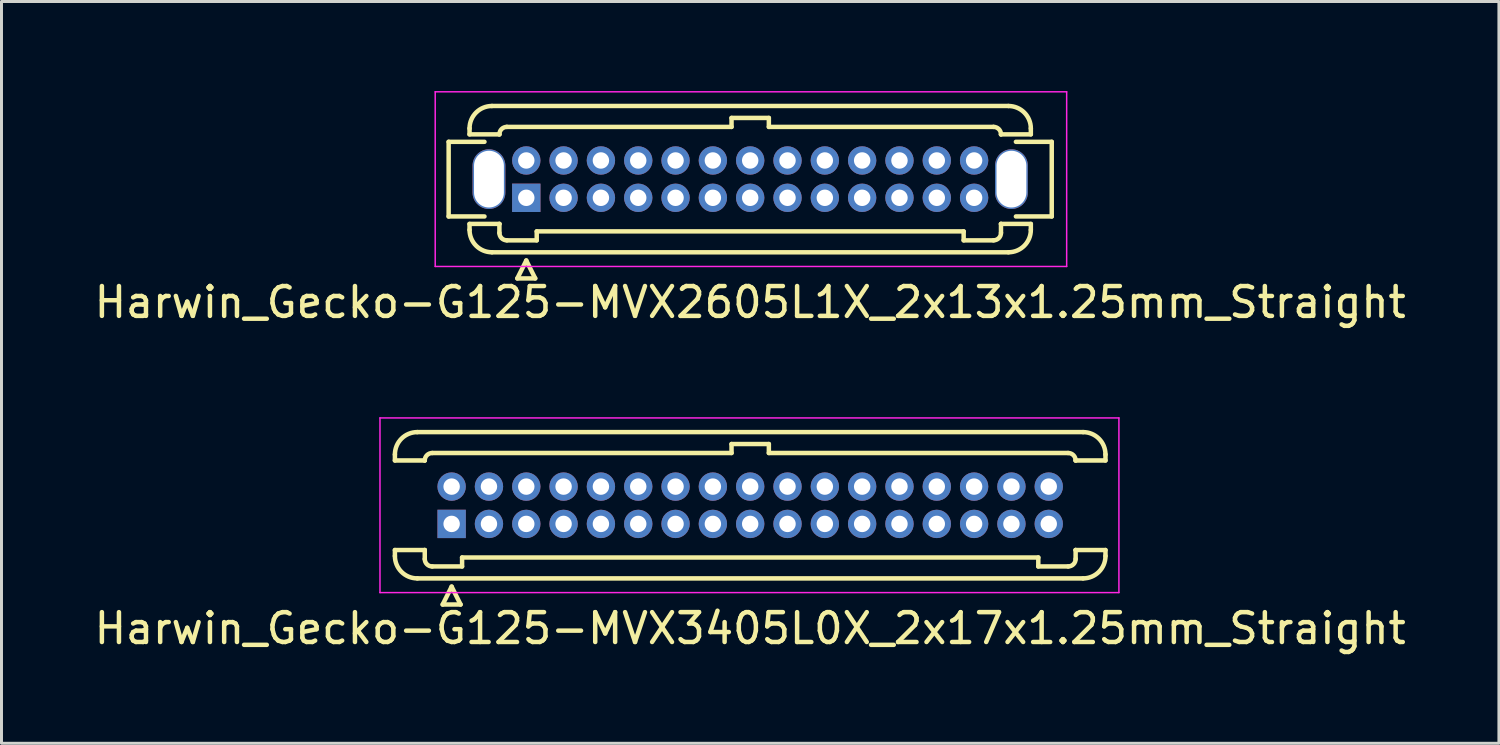
<source format=kicad_pcb>
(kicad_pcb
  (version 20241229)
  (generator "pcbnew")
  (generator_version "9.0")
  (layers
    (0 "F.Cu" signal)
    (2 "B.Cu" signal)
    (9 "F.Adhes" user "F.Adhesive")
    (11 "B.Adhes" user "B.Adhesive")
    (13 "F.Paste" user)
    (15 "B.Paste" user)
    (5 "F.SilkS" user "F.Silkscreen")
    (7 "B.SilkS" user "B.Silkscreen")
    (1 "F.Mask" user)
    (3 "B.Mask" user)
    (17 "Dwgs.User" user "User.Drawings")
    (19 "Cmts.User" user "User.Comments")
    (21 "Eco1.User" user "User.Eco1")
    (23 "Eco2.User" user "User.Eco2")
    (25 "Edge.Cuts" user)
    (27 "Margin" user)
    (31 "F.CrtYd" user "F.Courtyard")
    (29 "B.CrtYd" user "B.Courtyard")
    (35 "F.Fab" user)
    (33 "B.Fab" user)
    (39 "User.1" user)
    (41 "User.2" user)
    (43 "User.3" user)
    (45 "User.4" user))
  (footprint "Harwin_Gecko-G125-MVX2605L1X_2x13x1.25mm_Straight"
    (layer "F.Cu")
    (at 14.577 3.575)
    (property "Reference" "Harwin_Gecko-G125-MVX2605L1X_2x13x1.25mm_Straight" (at 7.5 3.5 0) (layer "F.SilkS") (effects (font (size 1 1) (thickness 0.15))))
    (attr through_hole)
    (fp_line (start -2.6 -1.875) (end -2.6 0.625) (stroke (width 0.15) (type solid)) (layer "F.SilkS"))
    (fp_line (start -2.6 0.625) (end -1.4 0.625) (stroke (width 0.15) (type solid)) (layer "F.SilkS"))
    (fp_line (start -1.9 -2.325) (end -1.9 -2.125) (stroke (width 0.15) (type solid)) (layer "F.SilkS"))
    (fp_line (start -1.9 -2.125) (end -0.9 -2.125) (stroke (width 0.15) (type solid)) (layer "F.SilkS"))
    (fp_line (start -1.9 0.875) (end -0.9 0.875) (stroke (width 0.15) (type solid)) (layer "F.SilkS"))
    (fp_line (start -1.9 1.075) (end -1.9 0.875) (stroke (width 0.15) (type solid)) (layer "F.SilkS"))
    (fp_line (start -1.4 -1.875) (end -2.6 -1.875) (stroke (width 0.15) (type solid)) (layer "F.SilkS"))
    (fp_line (start -1.15 -3.075) (end 16.15 -3.075) (stroke (width 0.15) (type solid)) (layer "F.SilkS"))
    (fp_line (start -1.15 1.825) (end 16.15 1.825) (stroke (width 0.15) (type solid)) (layer "F.SilkS"))
    (fp_line (start -0.9 -2.125) (end -0.9 -2.125) (stroke (width 0.15) (type solid)) (layer "F.SilkS"))
    (fp_line (start -0.9 0.875) (end -0.9 0.875) (stroke (width 0.15) (type solid)) (layer "F.SilkS"))
    (fp_line (start -0.9 1.175) (end -0.9 0.875) (stroke (width 0.15) (type solid)) (layer "F.SilkS"))
    (fp_line (start -0.65 -2.375) (end 6.875 -2.375) (stroke (width 0.15) (type solid)) (layer "F.SilkS"))
    (fp_line (start -0.65 1.425) (end 0.35 1.425) (stroke (width 0.15) (type solid)) (layer "F.SilkS"))
    (fp_line (start -0.3 2.7) (end 0.3 2.7) (stroke (width 0.15) (type solid)) (layer "F.SilkS"))
    (fp_line (start 0 2.1) (end -0.3 2.7) (stroke (width 0.15) (type solid)) (layer "F.SilkS"))
    (fp_line (start 0.3 2.7) (end 0 2.1) (stroke (width 0.15) (type solid)) (layer "F.SilkS"))
    (fp_line (start 0.35 1.125) (end 14.65 1.125) (stroke (width 0.15) (type solid)) (layer "F.SilkS"))
    (fp_line (start 0.35 1.425) (end 0.35 1.125) (stroke (width 0.15) (type solid)) (layer "F.SilkS"))
    (fp_line (start 6.875 -2.675) (end 8.125 -2.675) (stroke (width 0.15) (type solid)) (layer "F.SilkS"))
    (fp_line (start 6.875 -2.375) (end 6.875 -2.675) (stroke (width 0.15) (type solid)) (layer "F.SilkS"))
    (fp_line (start 8.125 -2.675) (end 8.125 -2.375) (stroke (width 0.15) (type solid)) (layer "F.SilkS"))
    (fp_line (start 8.125 -2.375) (end 15.65 -2.375) (stroke (width 0.15) (type solid)) (layer "F.SilkS"))
    (fp_line (start 14.65 1.125) (end 14.65 1.425) (stroke (width 0.15) (type solid)) (layer "F.SilkS"))
    (fp_line (start 14.65 1.425) (end 15.65 1.425) (stroke (width 0.15) (type solid)) (layer "F.SilkS"))
    (fp_line (start 15.9 -2.125) (end 15.9 -2.125) (stroke (width 0.15) (type solid)) (layer "F.SilkS"))
    (fp_line (start 15.9 0.875) (end 15.9 0.875) (stroke (width 0.15) (type solid)) (layer "F.SilkS"))
    (fp_line (start 15.9 1.175) (end 15.9 0.875) (stroke (width 0.15) (type solid)) (layer "F.SilkS"))
    (fp_line (start 16.4 -1.875) (end 17.6 -1.875) (stroke (width 0.15) (type solid)) (layer "F.SilkS"))
    (fp_line (start 16.9 -2.325) (end 16.9 -2.125) (stroke (width 0.15) (type solid)) (layer "F.SilkS"))
    (fp_line (start 16.9 -2.125) (end 15.9 -2.125) (stroke (width 0.15) (type solid)) (layer "F.SilkS"))
    (fp_line (start 16.9 0.875) (end 15.9 0.875) (stroke (width 0.15) (type solid)) (layer "F.SilkS"))
    (fp_line (start 16.9 1.075) (end 16.9 0.875) (stroke (width 0.15) (type solid)) (layer "F.SilkS"))
    (fp_line (start 17.6 -1.875) (end 17.6 0.625) (stroke (width 0.15) (type solid)) (layer "F.SilkS"))
    (fp_line (start 17.6 0.625) (end 16.4 0.625) (stroke (width 0.15) (type solid)) (layer "F.SilkS"))
    (fp_arc (start -1.9 -2.325) (mid -1.68033 -2.85533) (end -1.15 -3.075) (stroke (width 0.15) (type solid)) (layer "F.SilkS"))
    (fp_arc (start -1.15 1.825) (mid -1.68033 1.60533) (end -1.9 1.075) (stroke (width 0.15) (type solid)) (layer "F.SilkS"))
    (fp_arc (start -0.9 -2.125) (mid -0.826777 -2.301777) (end -0.65 -2.375) (stroke (width 0.15) (type solid)) (layer "F.SilkS"))
    (fp_arc (start -0.65 1.425) (mid -0.826777 1.351777) (end -0.9 1.175) (stroke (width 0.15) (type solid)) (layer "F.SilkS"))
    (fp_arc (start 15.65 -2.375) (mid 15.826777 -2.301777) (end 15.9 -2.125) (stroke (width 0.15) (type solid)) (layer "F.SilkS"))
    (fp_arc (start 15.9 1.175) (mid 15.826777 1.351777) (end 15.65 1.425) (stroke (width 0.15) (type solid)) (layer "F.SilkS"))
    (fp_arc (start 16.15 -3.075) (mid 16.68033 -2.85533) (end 16.9 -2.325) (stroke (width 0.15) (type solid)) (layer "F.SilkS"))
    (fp_arc (start 16.9 1.075) (mid 16.68033 1.60533) (end 16.15 1.825) (stroke (width 0.15) (type solid)) (layer "F.SilkS"))
    (fp_line (start -3.05 -3.55) (end -3.05 2.3) (stroke (width 0.05) (type solid)) (layer "F.CrtYd"))
    (fp_line (start -3.05 2.3) (end 18.1 2.3) (stroke (width 0.05) (type solid)) (layer "F.CrtYd"))
    (fp_line (start 18.1 -3.55) (end -3.05 -3.55) (stroke (width 0.05) (type solid)) (layer "F.CrtYd"))
    (fp_line (start 18.1 2.3) (end 18.1 -3.55) (stroke (width 0.05) (type solid)) (layer "F.CrtYd"))
    (pad "" np_thru_hole oval (at -1.25 -0.625) (size 1.1 2) (drill oval 1 1.9) (layers "*.Cu" "*.Mask"))
    (pad "" np_thru_hole oval (at 16.25 -0.625) (size 1.1 2) (drill oval 1 1.9) (layers "*.Cu" "*.Mask"))
    (pad "1" thru_hole rect (at 0 0) (size 0.95 0.95) (drill 0.55) (layers "*.Cu" "*.Mask"))
    (pad "2" thru_hole circle (at 0 -1.25) (size 0.95 0.95) (drill 0.55) (layers "*.Cu" "*.Mask"))
    (pad "3" thru_hole circle (at 1.25 0) (size 0.95 0.95) (drill 0.55) (layers "*.Cu" "*.Mask"))
    (pad "4" thru_hole circle (at 1.25 -1.25) (size 0.95 0.95) (drill 0.55) (layers "*.Cu" "*.Mask"))
    (pad "5" thru_hole circle (at 2.5 0) (size 0.95 0.95) (drill 0.55) (layers "*.Cu" "*.Mask"))
    (pad "6" thru_hole circle (at 2.5 -1.25) (size 0.95 0.95) (drill 0.55) (layers "*.Cu" "*.Mask"))
    (pad "7" thru_hole circle (at 3.75 0) (size 0.95 0.95) (drill 0.55) (layers "*.Cu" "*.Mask"))
    (pad "8" thru_hole circle (at 3.75 -1.25) (size 0.95 0.95) (drill 0.55) (layers "*.Cu" "*.Mask"))
    (pad "9" thru_hole circle (at 5 0) (size 0.95 0.95) (drill 0.55) (layers "*.Cu" "*.Mask"))
    (pad "10" thru_hole circle (at 5 -1.25) (size 0.95 0.95) (drill 0.55) (layers "*.Cu" "*.Mask"))
    (pad "11" thru_hole circle (at 6.25 0) (size 0.95 0.95) (drill 0.55) (layers "*.Cu" "*.Mask"))
    (pad "12" thru_hole circle (at 6.25 -1.25) (size 0.95 0.95) (drill 0.55) (layers "*.Cu" "*.Mask"))
    (pad "13" thru_hole circle (at 7.5 0) (size 0.95 0.95) (drill 0.55) (layers "*.Cu" "*.Mask"))
    (pad "14" thru_hole circle (at 7.5 -1.25) (size 0.95 0.95) (drill 0.55) (layers "*.Cu" "*.Mask"))
    (pad "15" thru_hole circle (at 8.75 0) (size 0.95 0.95) (drill 0.55) (layers "*.Cu" "*.Mask"))
    (pad "16" thru_hole circle (at 8.75 -1.25) (size 0.95 0.95) (drill 0.55) (layers "*.Cu" "*.Mask"))
    (pad "17" thru_hole circle (at 10 0) (size 0.95 0.95) (drill 0.55) (layers "*.Cu" "*.Mask"))
    (pad "18" thru_hole circle (at 10 -1.25) (size 0.95 0.95) (drill 0.55) (layers "*.Cu" "*.Mask"))
    (pad "19" thru_hole circle (at 11.25 0) (size 0.95 0.95) (drill 0.55) (layers "*.Cu" "*.Mask"))
    (pad "20" thru_hole circle (at 11.25 -1.25) (size 0.95 0.95) (drill 0.55) (layers "*.Cu" "*.Mask"))
    (pad "21" thru_hole circle (at 12.5 0) (size 0.95 0.95) (drill 0.55) (layers "*.Cu" "*.Mask"))
    (pad "22" thru_hole circle (at 12.5 -1.25) (size 0.95 0.95) (drill 0.55) (layers "*.Cu" "*.Mask"))
    (pad "23" thru_hole circle (at 13.75 0) (size 0.95 0.95) (drill 0.55) (layers "*.Cu" "*.Mask"))
    (pad "24" thru_hole circle (at 13.75 -1.25) (size 0.95 0.95) (drill 0.55) (layers "*.Cu" "*.Mask"))
    (pad "25" thru_hole circle (at 15 0) (size 0.95 0.95) (drill 0.55) (layers "*.Cu" "*.Mask"))
    (pad "26" thru_hole circle (at 15 -1.25) (size 0.95 0.95) (drill 0.55) (layers "*.Cu" "*.Mask")))
  (footprint "Harwin_Gecko-G125-MVX3405L0X_2x17x1.25mm_Straight"
    (layer "F.Cu")
    (at 12.077 14.498)
    (property "Reference" "Harwin_Gecko-G125-MVX3405L0X_2x17x1.25mm_Straight" (at 10 3.5 0) (layer "F.SilkS") (effects (font (size 1 1) (thickness 0.15))))
    (attr through_hole)
    (fp_line (start -1.9 -2.325) (end -1.9 -2.125) (stroke (width 0.15) (type solid)) (layer "F.SilkS"))
    (fp_line (start -1.9 -2.125) (end -0.9 -2.125) (stroke (width 0.15) (type solid)) (layer "F.SilkS"))
    (fp_line (start -1.9 0.875) (end -0.9 0.875) (stroke (width 0.15) (type solid)) (layer "F.SilkS"))
    (fp_line (start -1.9 1.075) (end -1.9 0.875) (stroke (width 0.15) (type solid)) (layer "F.SilkS"))
    (fp_line (start -1.15 -3.075) (end 21.15 -3.075) (stroke (width 0.15) (type solid)) (layer "F.SilkS"))
    (fp_line (start -1.15 1.825) (end 21.15 1.825) (stroke (width 0.15) (type solid)) (layer "F.SilkS"))
    (fp_line (start -0.9 -2.125) (end -0.9 -2.125) (stroke (width 0.15) (type solid)) (layer "F.SilkS"))
    (fp_line (start -0.9 0.875) (end -0.9 0.875) (stroke (width 0.15) (type solid)) (layer "F.SilkS"))
    (fp_line (start -0.9 1.175) (end -0.9 0.875) (stroke (width 0.15) (type solid)) (layer "F.SilkS"))
    (fp_line (start -0.65 -2.375) (end 9.375 -2.375) (stroke (width 0.15) (type solid)) (layer "F.SilkS"))
    (fp_line (start -0.65 1.425) (end 0.35 1.425) (stroke (width 0.15) (type solid)) (layer "F.SilkS"))
    (fp_line (start -0.3 2.7) (end 0.3 2.7) (stroke (width 0.15) (type solid)) (layer "F.SilkS"))
    (fp_line (start 0 2.1) (end -0.3 2.7) (stroke (width 0.15) (type solid)) (layer "F.SilkS"))
    (fp_line (start 0.3 2.7) (end 0 2.1) (stroke (width 0.15) (type solid)) (layer "F.SilkS"))
    (fp_line (start 0.35 1.125) (end 19.65 1.125) (stroke (width 0.15) (type solid)) (layer "F.SilkS"))
    (fp_line (start 0.35 1.425) (end 0.35 1.125) (stroke (width 0.15) (type solid)) (layer "F.SilkS"))
    (fp_line (start 9.375 -2.675) (end 10.625 -2.675) (stroke (width 0.15) (type solid)) (layer "F.SilkS"))
    (fp_line (start 9.375 -2.375) (end 9.375 -2.675) (stroke (width 0.15) (type solid)) (layer "F.SilkS"))
    (fp_line (start 10.625 -2.675) (end 10.625 -2.375) (stroke (width 0.15) (type solid)) (layer "F.SilkS"))
    (fp_line (start 10.625 -2.375) (end 20.65 -2.375) (stroke (width 0.15) (type solid)) (layer "F.SilkS"))
    (fp_line (start 19.65 1.125) (end 19.65 1.425) (stroke (width 0.15) (type solid)) (layer "F.SilkS"))
    (fp_line (start 19.65 1.425) (end 20.65 1.425) (stroke (width 0.15) (type solid)) (layer "F.SilkS"))
    (fp_line (start 20.9 -2.125) (end 20.9 -2.125) (stroke (width 0.15) (type solid)) (layer "F.SilkS"))
    (fp_line (start 20.9 0.875) (end 20.9 0.875) (stroke (width 0.15) (type solid)) (layer "F.SilkS"))
    (fp_line (start 20.9 1.175) (end 20.9 0.875) (stroke (width 0.15) (type solid)) (layer "F.SilkS"))
    (fp_line (start 21.9 -2.325) (end 21.9 -2.125) (stroke (width 0.15) (type solid)) (layer "F.SilkS"))
    (fp_line (start 21.9 -2.125) (end 20.9 -2.125) (stroke (width 0.15) (type solid)) (layer "F.SilkS"))
    (fp_line (start 21.9 0.875) (end 20.9 0.875) (stroke (width 0.15) (type solid)) (layer "F.SilkS"))
    (fp_line (start 21.9 1.075) (end 21.9 0.875) (stroke (width 0.15) (type solid)) (layer "F.SilkS"))
    (fp_arc (start -1.9 -2.325) (mid -1.68033 -2.85533) (end -1.15 -3.075) (stroke (width 0.15) (type solid)) (layer "F.SilkS"))
    (fp_arc (start -1.15 1.825) (mid -1.68033 1.60533) (end -1.9 1.075) (stroke (width 0.15) (type solid)) (layer "F.SilkS"))
    (fp_arc (start -0.9 -2.125) (mid -0.826777 -2.301777) (end -0.65 -2.375) (stroke (width 0.15) (type solid)) (layer "F.SilkS"))
    (fp_arc (start -0.65 1.425) (mid -0.826777 1.351777) (end -0.9 1.175) (stroke (width 0.15) (type solid)) (layer "F.SilkS"))
    (fp_arc (start 20.65 -2.375) (mid 20.826777 -2.301777) (end 20.9 -2.125) (stroke (width 0.15) (type solid)) (layer "F.SilkS"))
    (fp_arc (start 20.9 1.175) (mid 20.826777 1.351777) (end 20.65 1.425) (stroke (width 0.15) (type solid)) (layer "F.SilkS"))
    (fp_arc (start 21.15 -3.075) (mid 21.68033 -2.85533) (end 21.9 -2.325) (stroke (width 0.15) (type solid)) (layer "F.SilkS"))
    (fp_arc (start 21.9 1.075) (mid 21.68033 1.60533) (end 21.15 1.825) (stroke (width 0.15) (type solid)) (layer "F.SilkS"))
    (fp_line (start -2.4 -3.55) (end -2.4 2.3) (stroke (width 0.05) (type solid)) (layer "F.CrtYd"))
    (fp_line (start -2.4 2.3) (end 22.35 2.3) (stroke (width 0.05) (type solid)) (layer "F.CrtYd"))
    (fp_line (start 22.35 -3.55) (end -2.4 -3.55) (stroke (width 0.05) (type solid)) (layer "F.CrtYd"))
    (fp_line (start 22.35 2.3) (end 22.35 -3.55) (stroke (width 0.05) (type solid)) (layer "F.CrtYd"))
    (pad "1" thru_hole rect (at 0 0) (size 0.95 0.95) (drill 0.55) (layers "*.Cu" "*.Mask"))
    (pad "2" thru_hole circle (at 0 -1.25) (size 0.95 0.95) (drill 0.55) (layers "*.Cu" "*.Mask"))
    (pad "3" thru_hole circle (at 1.25 0) (size 0.95 0.95) (drill 0.55) (layers "*.Cu" "*.Mask"))
    (pad "4" thru_hole circle (at 1.25 -1.25) (size 0.95 0.95) (drill 0.55) (layers "*.Cu" "*.Mask"))
    (pad "5" thru_hole circle (at 2.5 0) (size 0.95 0.95) (drill 0.55) (layers "*.Cu" "*.Mask"))
    (pad "6" thru_hole circle (at 2.5 -1.25) (size 0.95 0.95) (drill 0.55) (layers "*.Cu" "*.Mask"))
    (pad "7" thru_hole circle (at 3.75 0) (size 0.95 0.95) (drill 0.55) (layers "*.Cu" "*.Mask"))
    (pad "8" thru_hole circle (at 3.75 -1.25) (size 0.95 0.95) (drill 0.55) (layers "*.Cu" "*.Mask"))
    (pad "9" thru_hole circle (at 5 0) (size 0.95 0.95) (drill 0.55) (layers "*.Cu" "*.Mask"))
    (pad "10" thru_hole circle (at 5 -1.25) (size 0.95 0.95) (drill 0.55) (layers "*.Cu" "*.Mask"))
    (pad "11" thru_hole circle (at 6.25 0) (size 0.95 0.95) (drill 0.55) (layers "*.Cu" "*.Mask"))
    (pad "12" thru_hole circle (at 6.25 -1.25) (size 0.95 0.95) (drill 0.55) (layers "*.Cu" "*.Mask"))
    (pad "13" thru_hole circle (at 7.5 0) (size 0.95 0.95) (drill 0.55) (layers "*.Cu" "*.Mask"))
    (pad "14" thru_hole circle (at 7.5 -1.25) (size 0.95 0.95) (drill 0.55) (layers "*.Cu" "*.Mask"))
    (pad "15" thru_hole circle (at 8.75 0) (size 0.95 0.95) (drill 0.55) (layers "*.Cu" "*.Mask"))
    (pad "16" thru_hole circle (at 8.75 -1.25) (size 0.95 0.95) (drill 0.55) (layers "*.Cu" "*.Mask"))
    (pad "17" thru_hole circle (at 10 0) (size 0.95 0.95) (drill 0.55) (layers "*.Cu" "*.Mask"))
    (pad "18" thru_hole circle (at 10 -1.25) (size 0.95 0.95) (drill 0.55) (layers "*.Cu" "*.Mask"))
    (pad "19" thru_hole circle (at 11.25 0) (size 0.95 0.95) (drill 0.55) (layers "*.Cu" "*.Mask"))
    (pad "20" thru_hole circle (at 11.25 -1.25) (size 0.95 0.95) (drill 0.55) (layers "*.Cu" "*.Mask"))
    (pad "21" thru_hole circle (at 12.5 0) (size 0.95 0.95) (drill 0.55) (layers "*.Cu" "*.Mask"))
    (pad "22" thru_hole circle (at 12.5 -1.25) (size 0.95 0.95) (drill 0.55) (layers "*.Cu" "*.Mask"))
    (pad "23" thru_hole circle (at 13.75 0) (size 0.95 0.95) (drill 0.55) (layers "*.Cu" "*.Mask"))
    (pad "24" thru_hole circle (at 13.75 -1.25) (size 0.95 0.95) (drill 0.55) (layers "*.Cu" "*.Mask"))
    (pad "25" thru_hole circle (at 15 0) (size 0.95 0.95) (drill 0.55) (layers "*.Cu" "*.Mask"))
    (pad "26" thru_hole circle (at 15 -1.25) (size 0.95 0.95) (drill 0.55) (layers "*.Cu" "*.Mask"))
    (pad "27" thru_hole circle (at 16.25 0) (size 0.95 0.95) (drill 0.55) (layers "*.Cu" "*.Mask"))
    (pad "28" thru_hole circle (at 16.25 -1.25) (size 0.95 0.95) (drill 0.55) (layers "*.Cu" "*.Mask"))
    (pad "29" thru_hole circle (at 17.5 0) (size 0.95 0.95) (drill 0.55) (layers "*.Cu" "*.Mask"))
    (pad "30" thru_hole circle (at 17.5 -1.25) (size 0.95 0.95) (drill 0.55) (layers "*.Cu" "*.Mask"))
    (pad "31" thru_hole circle (at 18.75 0) (size 0.95 0.95) (drill 0.55) (layers "*.Cu" "*.Mask"))
    (pad "32" thru_hole circle (at 18.75 -1.25) (size 0.95 0.95) (drill 0.55) (layers "*.Cu" "*.Mask"))
    (pad "33" thru_hole circle (at 20 0) (size 0.95 0.95) (drill 0.55) (layers "*.Cu" "*.Mask"))
    (pad "34" thru_hole circle (at 20 -1.25) (size 0.95 0.95) (drill 0.55) (layers "*.Cu" "*.Mask")))
  (gr_rect
    (start -3 -3)
    (end 47.155 21.846)
    (stroke (width 0.1) (type default))
    (fill no)
    (layer "Edge.Cuts")))
</source>
